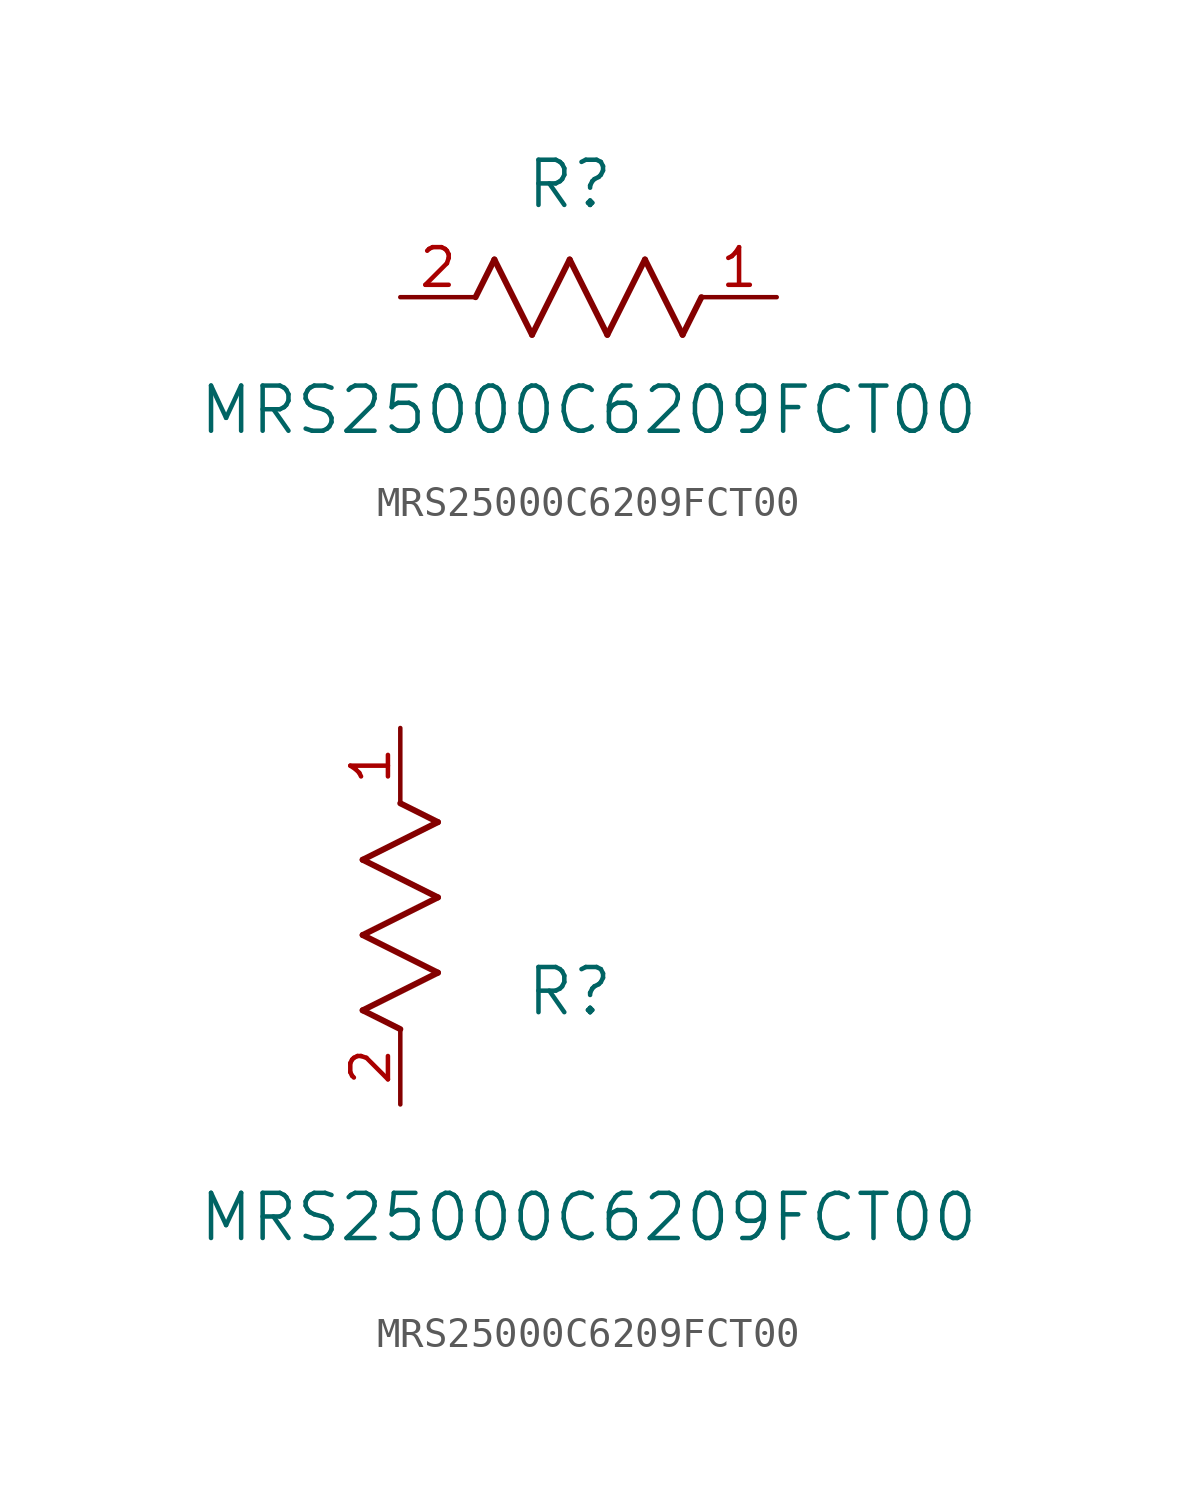
<source format=kicad_sym>
(kicad_symbol_lib
  (version 20211014)
  (generator kicad_symbol_editor)
  (symbol "MRS25000C6209FCT00"
    (pin_names
      (offset 0.254))
    (property "Reference" "R"
      (at 5.715 3.81 0)
      (effects (font (size 1.524 1.524))))
    (property "Value" "MRS25000C6209FCT00"
      (at 6.35 -3.81 0)
      (effects (font (size 1.524 1.524))))
    (symbol "MRS25000C6209FCT00_1_1"
      (polyline (pts (xy 3.175 1.27) (xy 4.445 -1.27)) (stroke (width 0.203) (type default) (color 0 0 0 0)) (fill (type none)))
      (polyline (pts (xy 4.445 -1.27) (xy 5.715 1.27)) (stroke (width 0.203) (type default) (color 0 0 0 0)) (fill (type none)))
      (polyline (pts (xy 5.715 1.27) (xy 6.985 -1.27)) (stroke (width 0.203) (type default) (color 0 0 0 0)) (fill (type none)))
      (polyline (pts (xy 6.985 -1.27) (xy 8.255 1.27)) (stroke (width 0.203) (type default) (color 0 0 0 0)) (fill (type none)))
      (polyline (pts (xy 8.255 1.27) (xy 9.525 -1.27)) (stroke (width 0.203) (type default) (color 0 0 0 0)) (fill (type none)))
      (polyline (pts (xy 2.54 0) (xy 3.175 1.27)) (stroke (width 0.203) (type default) (color 0 0 0 0)) (fill (type none)))
      (polyline (pts (xy 9.525 -1.27) (xy 10.16 0)) (stroke (width 0.203) (type default) (color 0 0 0 0)) (fill (type none)))
      (pin unspecified line (at 0 0 0) (length 2.54) (name "" (effects (font (size 1.27 1.27)))) (number "2" (effects (font (size 1.27 1.27)))))
      (pin unspecified line (at 12.7 0 180) (length 2.54) (name "" (effects (font (size 1.27 1.27)))) (number "1" (effects (font (size 1.27 1.27))))))
    (symbol "MRS25000C6209FCT00_1_2"
      (polyline (pts (xy 0 2.54) (xy -1.27 3.175)) (stroke (width 0.203) (type default) (color 0 0 0 0)) (fill (type none)))
      (polyline (pts (xy -1.27 3.175) (xy 1.27 4.445)) (stroke (width 0.203) (type default) (color 0 0 0 0)) (fill (type none)))
      (polyline (pts (xy 1.27 4.445) (xy -1.27 5.715)) (stroke (width 0.203) (type default) (color 0 0 0 0)) (fill (type none)))
      (polyline (pts (xy -1.27 5.715) (xy 1.27 6.985)) (stroke (width 0.203) (type default) (color 0 0 0 0)) (fill (type none)))
      (polyline (pts (xy -1.27 8.255) (xy 1.27 9.525)) (stroke (width 0.203) (type default) (color 0 0 0 0)) (fill (type none)))
      (polyline (pts (xy 1.27 9.525) (xy 0 10.16)) (stroke (width 0.203) (type default) (color 0 0 0 0)) (fill (type none)))
      (polyline (pts (xy 1.27 6.985) (xy -1.27 8.255)) (stroke (width 0.203) (type default) (color 0 0 0 0)) (fill (type none)))
      (pin unspecified line (at 0 0 90) (length 2.54) (name "" (effects (font (size 1.27 1.27)))) (number "2" (effects (font (size 1.27 1.27)))))
      (pin unspecified line (at 0 12.7 270) (length 2.54) (name "" (effects (font (size 1.27 1.27)))) (number "1" (effects (font (size 1.27 1.27))))))))
</source>
